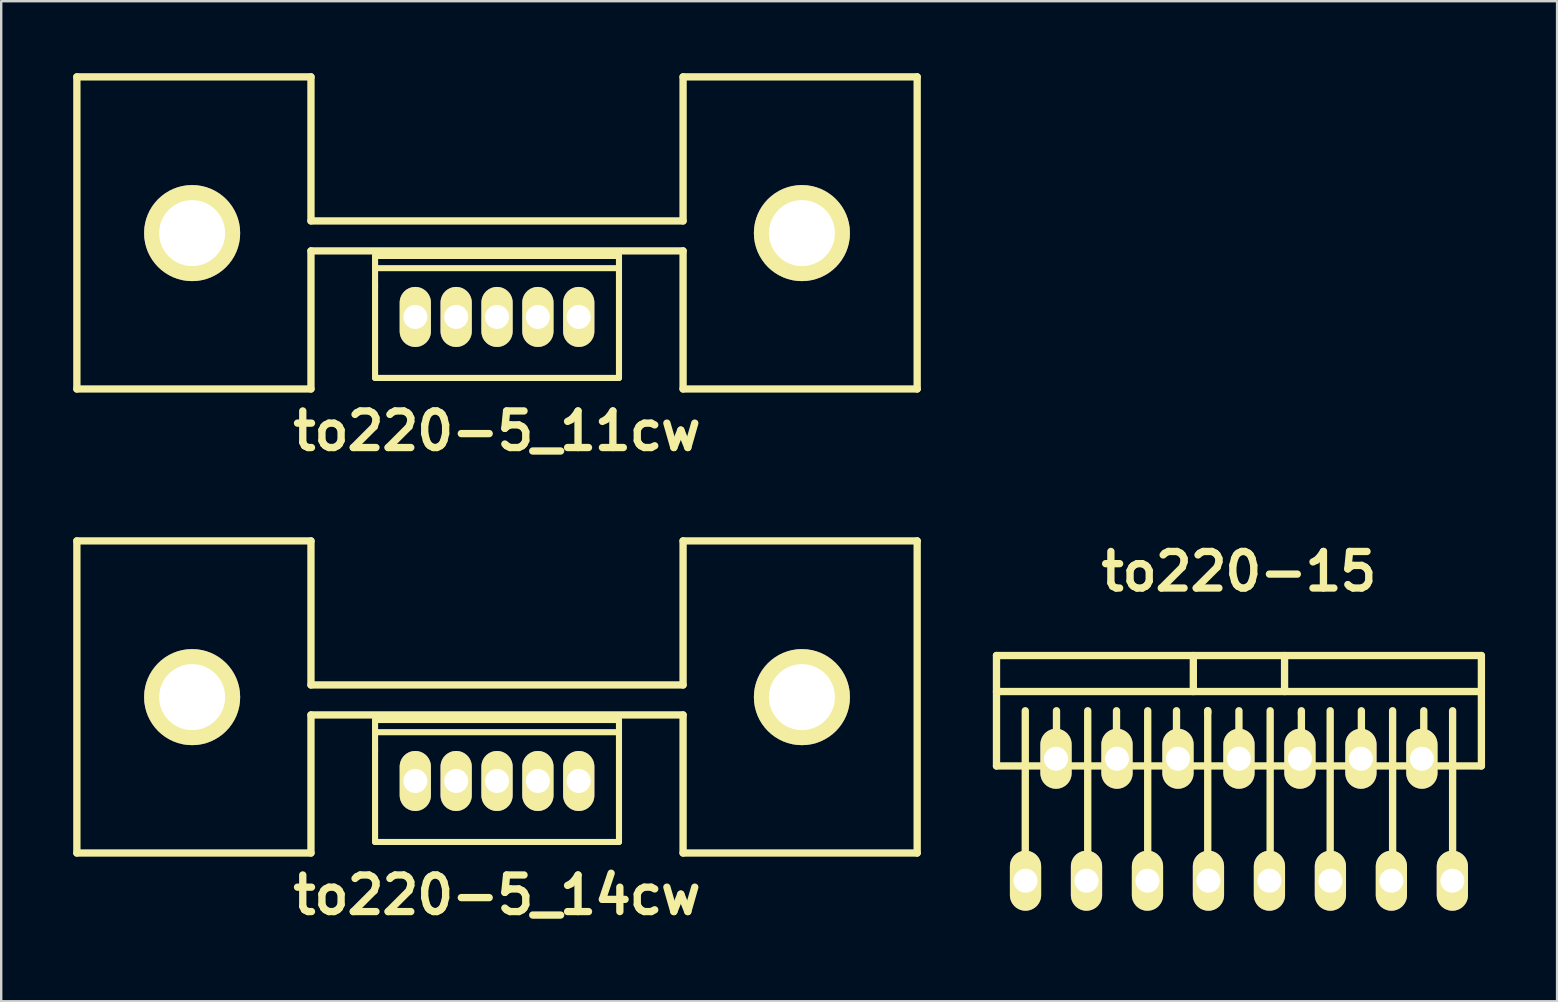
<source format=kicad_pcb>
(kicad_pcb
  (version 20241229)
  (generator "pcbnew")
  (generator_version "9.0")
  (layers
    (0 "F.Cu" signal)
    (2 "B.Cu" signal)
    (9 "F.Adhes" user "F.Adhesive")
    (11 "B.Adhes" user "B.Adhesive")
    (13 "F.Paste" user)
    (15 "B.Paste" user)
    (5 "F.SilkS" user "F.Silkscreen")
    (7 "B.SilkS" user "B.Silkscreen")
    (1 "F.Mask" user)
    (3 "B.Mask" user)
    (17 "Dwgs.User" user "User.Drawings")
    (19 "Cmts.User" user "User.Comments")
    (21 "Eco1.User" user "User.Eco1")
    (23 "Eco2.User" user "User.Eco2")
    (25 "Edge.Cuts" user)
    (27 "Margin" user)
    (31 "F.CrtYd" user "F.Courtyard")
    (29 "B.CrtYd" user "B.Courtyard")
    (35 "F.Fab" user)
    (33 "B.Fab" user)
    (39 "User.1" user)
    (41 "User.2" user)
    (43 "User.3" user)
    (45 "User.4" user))
  (footprint "to220-15"
    (layer "F.Cu")
    (at 48.557 28.555)
    (property "Reference" "to220-15" (at 0 -7.8 0) (layer "F.SilkS") (effects (font (size 1.524 1.524) (thickness 0.305))))
    (attr through_hole)
    (fp_line (start -10.099 -4.3) (end -10.099 0.3) (stroke (width 0.305) (type solid)) (layer "F.SilkS"))
    (fp_line (start -10.099 0.3) (end 10.099 0.3) (stroke (width 0.305) (type solid)) (layer "F.SilkS"))
    (fp_line (start -8.9 5.1) (end -8.9 -1.999) (stroke (width 0.305) (type solid)) (layer "F.SilkS"))
    (fp_line (start -7.6 0) (end -7.6 -1.999) (stroke (width 0.305) (type solid)) (layer "F.SilkS"))
    (fp_line (start -6.299 5.1) (end -6.299 -1.999) (stroke (width 0.305) (type solid)) (layer "F.SilkS"))
    (fp_line (start -5.1 0) (end -5.1 -1.999) (stroke (width 0.305) (type solid)) (layer "F.SilkS"))
    (fp_line (start -3.8 5.1) (end -3.8 -1.999) (stroke (width 0.305) (type solid)) (layer "F.SilkS"))
    (fp_line (start -2.601 0) (end -2.601 -1.999) (stroke (width 0.305) (type solid)) (layer "F.SilkS"))
    (fp_line (start -1.9 -2.799) (end -1.9 -4.3) (stroke (width 0.305) (type solid)) (layer "F.SilkS"))
    (fp_line (start -1.3 -1.999) (end -1.3 -1.9) (stroke (width 0.305) (type solid)) (layer "F.SilkS"))
    (fp_line (start -1.3 5.1) (end -1.3 -1.999) (stroke (width 0.305) (type solid)) (layer "F.SilkS"))
    (fp_line (start 0 0) (end 0 -1.999) (stroke (width 0.305) (type solid)) (layer "F.SilkS"))
    (fp_line (start 1.3 5.1) (end 1.3 -1.999) (stroke (width 0.305) (type solid)) (layer "F.SilkS"))
    (fp_line (start 1.9 -4.3) (end 1.9 -2.799) (stroke (width 0.305) (type solid)) (layer "F.SilkS"))
    (fp_line (start 2.601 -1.9) (end 2.601 -1.999) (stroke (width 0.305) (type solid)) (layer "F.SilkS"))
    (fp_line (start 2.601 0) (end 2.601 -1.9) (stroke (width 0.305) (type solid)) (layer "F.SilkS"))
    (fp_line (start 3.8 5.1) (end 3.8 -1.999) (stroke (width 0.305) (type solid)) (layer "F.SilkS"))
    (fp_line (start 5.1 0) (end 5.1 -1.999) (stroke (width 0.305) (type solid)) (layer "F.SilkS"))
    (fp_line (start 6.401 5.1) (end 6.401 -1.999) (stroke (width 0.305) (type solid)) (layer "F.SilkS"))
    (fp_line (start 7.699 0) (end 7.699 -1.999) (stroke (width 0.305) (type solid)) (layer "F.SilkS"))
    (fp_line (start 8.9 5.1) (end 8.9 -1.999) (stroke (width 0.305) (type solid)) (layer "F.SilkS"))
    (fp_line (start 10.099 -4.3) (end -10.099 -4.3) (stroke (width 0.305) (type solid)) (layer "F.SilkS"))
    (fp_line (start 10.099 -2.799) (end -10.099 -2.799) (stroke (width 0.305) (type solid)) (layer "F.SilkS"))
    (fp_line (start 10.099 0.3) (end 10.099 -4.3) (stroke (width 0.305) (type solid)) (layer "F.SilkS"))
    (pad "1" thru_hole oval (at -8.89 5.08) (size 1.3 2.499) (drill 1.001) (layers "*.Cu" "*.Mask" "F.SilkS"))
    (pad "2" thru_hole oval (at -7.62 0) (size 1.3 2.499) (drill 1.001) (layers "*.Cu" "*.Mask" "F.SilkS"))
    (pad "3" thru_hole oval (at -6.35 5.08) (size 1.3 2.499) (drill 1.001) (layers "*.Cu" "*.Mask" "F.SilkS"))
    (pad "4" thru_hole oval (at -5.08 0) (size 1.3 2.499) (drill 1.001) (layers "*.Cu" "*.Mask" "F.SilkS"))
    (pad "5" thru_hole oval (at -3.81 5.08) (size 1.3 2.499) (drill 1.001) (layers "*.Cu" "*.Mask" "F.SilkS"))
    (pad "6" thru_hole oval (at -2.54 0) (size 1.3 2.499) (drill 1.001) (layers "*.Cu" "*.Mask" "F.SilkS"))
    (pad "7" thru_hole oval (at -1.27 5.08) (size 1.3 2.499) (drill 1.001) (layers "*.Cu" "*.Mask" "F.SilkS"))
    (pad "8" thru_hole oval (at 0 0) (size 1.3 2.499) (drill 1.001) (layers "*.Cu" "*.Mask" "F.SilkS"))
    (pad "9" thru_hole oval (at 1.27 5.08) (size 1.3 2.499) (drill 1.001) (layers "*.Cu" "*.Mask" "F.SilkS"))
    (pad "10" thru_hole oval (at 2.54 0) (size 1.3 2.499) (drill 1.001) (layers "*.Cu" "*.Mask" "F.SilkS"))
    (pad "11" thru_hole oval (at 3.81 5.08) (size 1.3 2.499) (drill 1.001) (layers "*.Cu" "*.Mask" "F.SilkS"))
    (pad "12" thru_hole oval (at 5.08 0) (size 1.3 2.499) (drill 1.001) (layers "*.Cu" "*.Mask" "F.SilkS"))
    (pad "13" thru_hole oval (at 6.35 5.08) (size 1.3 2.499) (drill 1.001) (layers "*.Cu" "*.Mask" "F.SilkS"))
    (pad "14" thru_hole oval (at 7.62 0) (size 1.3 2.499) (drill 1.001) (layers "*.Cu" "*.Mask" "F.SilkS"))
    (pad "15" thru_hole oval (at 8.89 5.08) (size 1.3 2.499) (drill 1.001) (layers "*.Cu" "*.Mask" "F.SilkS")))
  (footprint "to220-5_11cw"
    (layer "F.Cu")
    (at 17.653 10.152)
    (property "Reference" "to220-5_11cw" (at 0 4.75 0) (layer "F.SilkS") (effects (font (size 1.524 1.524) (thickness 0.305))))
    (attr through_hole)
    (fp_line (start -17.501 -10) (end -17.501 3) (stroke (width 0.305) (type solid)) (layer "F.SilkS"))
    (fp_line (start -17.501 3) (end -7.75 3) (stroke (width 0.305) (type solid)) (layer "F.SilkS"))
    (fp_line (start -7.75 -10) (end -17.501 -10) (stroke (width 0.305) (type solid)) (layer "F.SilkS"))
    (fp_line (start -7.75 -4) (end -7.75 -10) (stroke (width 0.305) (type solid)) (layer "F.SilkS"))
    (fp_line (start -7.75 -2.751) (end 7.75 -2.751) (stroke (width 0.305) (type solid)) (layer "F.SilkS"))
    (fp_line (start -7.75 3) (end -7.75 -2.751) (stroke (width 0.305) (type solid)) (layer "F.SilkS"))
    (fp_line (start -5.08 -2.54) (end -5.08 -1.27) (stroke (width 0.254) (type solid)) (layer "F.SilkS"))
    (fp_line (start -5.08 -2.032) (end 5.08 -2.032) (stroke (width 0.254) (type solid)) (layer "F.SilkS"))
    (fp_line (start -5.08 -1.27) (end -5.08 2.54) (stroke (width 0.254) (type solid)) (layer "F.SilkS"))
    (fp_line (start -5.08 2.54) (end 5.08 2.54) (stroke (width 0.254) (type solid)) (layer "F.SilkS"))
    (fp_line (start 5.08 -2.54) (end -5.08 -2.54) (stroke (width 0.254) (type solid)) (layer "F.SilkS"))
    (fp_line (start 5.08 2.54) (end 5.08 -2.54) (stroke (width 0.254) (type solid)) (layer "F.SilkS"))
    (fp_line (start 7.75 -10) (end 7.75 -4) (stroke (width 0.305) (type solid)) (layer "F.SilkS"))
    (fp_line (start 7.75 -4) (end -7.75 -4) (stroke (width 0.305) (type solid)) (layer "F.SilkS"))
    (fp_line (start 7.75 -2.751) (end 7.75 3) (stroke (width 0.305) (type solid)) (layer "F.SilkS"))
    (fp_line (start 7.75 3) (end 17.501 3) (stroke (width 0.305) (type solid)) (layer "F.SilkS"))
    (fp_line (start 17.501 -10) (end 7.75 -10) (stroke (width 0.305) (type solid)) (layer "F.SilkS"))
    (fp_line (start 17.501 3) (end 17.501 -10) (stroke (width 0.305) (type solid)) (layer "F.SilkS"))
    (pad "" thru_hole circle (at -12.7 -3.493) (size 4 4) (drill 2.748) (layers "*.Cu" "*.Mask" "F.SilkS"))
    (pad "" thru_hole circle (at 12.7 -3.493) (size 4 4) (drill 2.748) (layers "*.Cu" "*.Mask" "F.SilkS"))
    (pad "1" thru_hole oval (at 3.404 0) (size 1.3 2.499) (drill 1.001) (layers "*.Cu" "*.Mask" "F.SilkS"))
    (pad "2" thru_hole oval (at 1.702 0) (size 1.3 2.499) (drill 1.001) (layers "*.Cu" "*.Mask" "F.SilkS"))
    (pad "3" thru_hole oval (at 0 0) (size 1.3 2.499) (drill 1.001) (layers "*.Cu" "*.Mask" "F.SilkS"))
    (pad "4" thru_hole oval (at -1.702 0) (size 1.3 2.499) (drill 1.001) (layers "*.Cu" "*.Mask" "F.SilkS"))
    (pad "5" thru_hole oval (at -3.404 0) (size 1.3 2.499) (drill 1.001) (layers "*.Cu" "*.Mask" "F.SilkS")))
  (footprint "to220-5_14cw"
    (layer "F.Cu")
    (at 17.653 29.481)
    (property "Reference" "to220-5_14cw" (at 0 4.75 0) (layer "F.SilkS") (effects (font (size 1.524 1.524) (thickness 0.305))))
    (attr through_hole)
    (fp_line (start -17.501 -10) (end -17.501 3) (stroke (width 0.305) (type solid)) (layer "F.SilkS"))
    (fp_line (start -17.501 3) (end -7.75 3) (stroke (width 0.305) (type solid)) (layer "F.SilkS"))
    (fp_line (start -7.75 -10) (end -17.501 -10) (stroke (width 0.305) (type solid)) (layer "F.SilkS"))
    (fp_line (start -7.75 -4) (end -7.75 -10) (stroke (width 0.305) (type solid)) (layer "F.SilkS"))
    (fp_line (start -7.75 -2.751) (end 7.75 -2.751) (stroke (width 0.305) (type solid)) (layer "F.SilkS"))
    (fp_line (start -7.75 3) (end -7.75 -2.751) (stroke (width 0.305) (type solid)) (layer "F.SilkS"))
    (fp_line (start -5.08 -2.54) (end -5.08 -1.27) (stroke (width 0.254) (type solid)) (layer "F.SilkS"))
    (fp_line (start -5.08 -2.032) (end 5.08 -2.032) (stroke (width 0.254) (type solid)) (layer "F.SilkS"))
    (fp_line (start -5.08 -1.27) (end -5.08 2.54) (stroke (width 0.254) (type solid)) (layer "F.SilkS"))
    (fp_line (start -5.08 2.54) (end 5.08 2.54) (stroke (width 0.254) (type solid)) (layer "F.SilkS"))
    (fp_line (start 5.08 -2.54) (end -5.08 -2.54) (stroke (width 0.254) (type solid)) (layer "F.SilkS"))
    (fp_line (start 5.08 2.54) (end 5.08 -2.54) (stroke (width 0.254) (type solid)) (layer "F.SilkS"))
    (fp_line (start 7.75 -10) (end 7.75 -4) (stroke (width 0.305) (type solid)) (layer "F.SilkS"))
    (fp_line (start 7.75 -4) (end -7.75 -4) (stroke (width 0.305) (type solid)) (layer "F.SilkS"))
    (fp_line (start 7.75 -2.751) (end 7.75 3) (stroke (width 0.305) (type solid)) (layer "F.SilkS"))
    (fp_line (start 7.75 3) (end 17.501 3) (stroke (width 0.305) (type solid)) (layer "F.SilkS"))
    (fp_line (start 17.501 -10) (end 7.75 -10) (stroke (width 0.305) (type solid)) (layer "F.SilkS"))
    (fp_line (start 17.501 3) (end 17.501 -10) (stroke (width 0.305) (type solid)) (layer "F.SilkS"))
    (pad "" thru_hole circle (at -12.7 -3.493) (size 4 4) (drill 2.748) (layers "*.Cu" "*.Mask" "F.SilkS"))
    (pad "" thru_hole circle (at 12.7 -3.493) (size 4 4) (drill 2.748) (layers "*.Cu" "*.Mask" "F.SilkS"))
    (pad "1" thru_hole oval (at 3.404 0) (size 1.3 2.499) (drill 1.001) (layers "*.Cu" "*.Mask" "F.SilkS"))
    (pad "2" thru_hole oval (at 1.702 0) (size 1.3 2.499) (drill 1.001) (layers "*.Cu" "*.Mask" "F.SilkS"))
    (pad "3" thru_hole oval (at 0 0) (size 1.3 2.499) (drill 1.001) (layers "*.Cu" "*.Mask" "F.SilkS"))
    (pad "4" thru_hole oval (at -1.702 0) (size 1.3 2.499) (drill 1.001) (layers "*.Cu" "*.Mask" "F.SilkS"))
    (pad "5" thru_hole oval (at -3.404 0) (size 1.3 2.499) (drill 1.001) (layers "*.Cu" "*.Mask" "F.SilkS")))
  (gr_rect
    (start -3 -3)
    (end 61.809 38.657)
    (stroke (width 0.1) (type default))
    (fill no)
    (layer "Edge.Cuts")))
</source>
